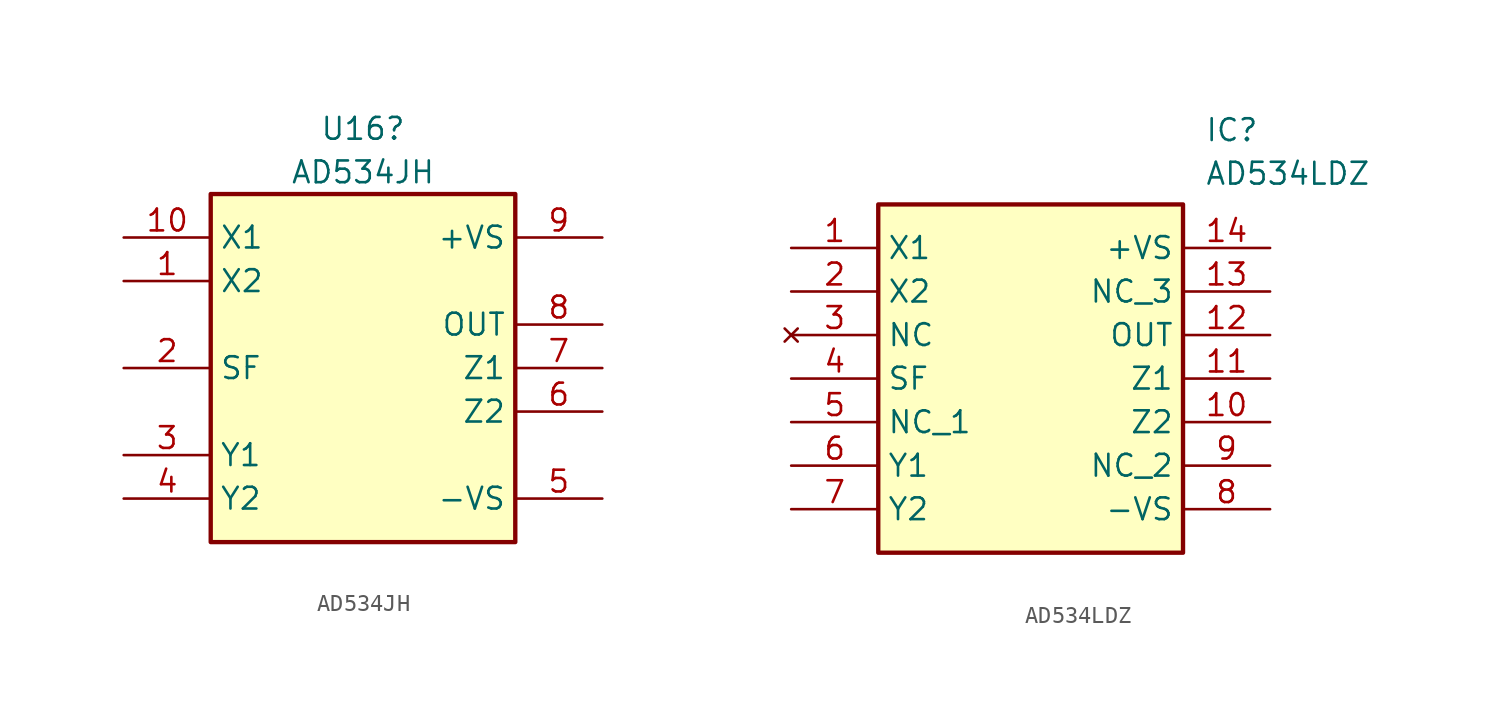
<source format=kicad_sym>
(kicad_symbol_lib
  (version 20220914)
  (generator kicad_symbol_editor)
  (symbol "AD534JH"
    (property "Reference" "U16"
      (at 13.97 6.35 0)
      (effects (font (size 1.27 1.27))))
    (property "Value" "AD534JH"
      (at 13.97 3.81 0)
      (effects (font (size 1.27 1.27))))
    (symbol "AD534JH_1_1"
      (rectangle (start 5.08 2.54) (end 22.86 -17.78) (stroke (width 0.254) (type default)) (fill (type background)))
      (pin passive line (at 0 -2.54 0) (length 5.08) (name "X2" (effects (font (size 1.27 1.27)))) (number "1" (effects (font (size 1.27 1.27)))))
      (pin passive line (at 0 0 0) (length 5.08) (name "X1" (effects (font (size 1.27 1.27)))) (number "10" (effects (font (size 1.27 1.27)))))
      (pin passive line (at 0 -7.62 0) (length 5.08) (name "SF" (effects (font (size 1.27 1.27)))) (number "2" (effects (font (size 1.27 1.27)))))
      (pin passive line (at 0 -12.7 0) (length 5.08) (name "Y1" (effects (font (size 1.27 1.27)))) (number "3" (effects (font (size 1.27 1.27)))))
      (pin passive line (at 0 -15.24 0) (length 5.08) (name "Y2" (effects (font (size 1.27 1.27)))) (number "4" (effects (font (size 1.27 1.27)))))
      (pin power_in line (at 27.94 -15.24 180) (length 5.08) (name "-VS" (effects (font (size 1.27 1.27)))) (number "5" (effects (font (size 1.27 1.27)))))
      (pin passive line (at 27.94 -10.16 180) (length 5.08) (name "Z2" (effects (font (size 1.27 1.27)))) (number "6" (effects (font (size 1.27 1.27)))))
      (pin passive line (at 27.94 -7.62 180) (length 5.08) (name "Z1" (effects (font (size 1.27 1.27)))) (number "7" (effects (font (size 1.27 1.27)))))
      (pin output line (at 27.94 -5.08 180) (length 5.08) (name "OUT" (effects (font (size 1.27 1.27)))) (number "8" (effects (font (size 1.27 1.27)))))
      (pin power_in line (at 27.94 0 180) (length 5.08) (name "+VS" (effects (font (size 1.27 1.27)))) (number "9" (effects (font (size 1.27 1.27)))))))
  (symbol "AD534LDZ"
    (property "Reference" "IC"
      (at 24.13 7.62 0)
      (effects (font (size 1.27 1.27)) (justify left top)))
    (property "Value" "AD534LDZ"
      (at 24.13 5.08 0)
      (effects (font (size 1.27 1.27)) (justify left top)))
    (symbol "AD534LDZ_1_1"
      (rectangle (start 5.08 2.54) (end 22.86 -17.78) (stroke (width 0.254) (type default)) (fill (type background)))
      (pin passive line (at 0 0 0) (length 5.08) (name "X1" (effects (font (size 1.27 1.27)))) (number "1" (effects (font (size 1.27 1.27)))))
      (pin passive line (at 27.94 -10.16 180) (length 5.08) (name "Z2" (effects (font (size 1.27 1.27)))) (number "10" (effects (font (size 1.27 1.27)))))
      (pin passive line (at 27.94 -7.62 180) (length 5.08) (name "Z1" (effects (font (size 1.27 1.27)))) (number "11" (effects (font (size 1.27 1.27)))))
      (pin output line (at 27.94 -5.08 180) (length 5.08) (name "OUT" (effects (font (size 1.27 1.27)))) (number "12" (effects (font (size 1.27 1.27)))))
      (pin passive line (at 27.94 -2.54 180) (length 5.08) (name "NC_3" (effects (font (size 1.27 1.27)))) (number "13" (effects (font (size 1.27 1.27)))))
      (pin power_in line (at 27.94 0 180) (length 5.08) (name "+VS" (effects (font (size 1.27 1.27)))) (number "14" (effects (font (size 1.27 1.27)))))
      (pin passive line (at 0 -2.54 0) (length 5.08) (name "X2" (effects (font (size 1.27 1.27)))) (number "2" (effects (font (size 1.27 1.27)))))
      (pin no_connect line (at 0 -5.08 0) (length 5.08) (name "NC" (effects (font (size 1.27 1.27)))) (number "3" (effects (font (size 1.27 1.27)))))
      (pin passive line (at 0 -7.62 0) (length 5.08) (name "SF" (effects (font (size 1.27 1.27)))) (number "4" (effects (font (size 1.27 1.27)))))
      (pin passive line (at 0 -10.16 0) (length 5.08) (name "NC_1" (effects (font (size 1.27 1.27)))) (number "5" (effects (font (size 1.27 1.27)))))
      (pin passive line (at 0 -12.7 0) (length 5.08) (name "Y1" (effects (font (size 1.27 1.27)))) (number "6" (effects (font (size 1.27 1.27)))))
      (pin passive line (at 0 -15.24 0) (length 5.08) (name "Y2" (effects (font (size 1.27 1.27)))) (number "7" (effects (font (size 1.27 1.27)))))
      (pin power_in line (at 27.94 -15.24 180) (length 5.08) (name "-VS" (effects (font (size 1.27 1.27)))) (number "8" (effects (font (size 1.27 1.27)))))
      (pin passive line (at 27.94 -12.7 180) (length 5.08) (name "NC_2" (effects (font (size 1.27 1.27)))) (number "9" (effects (font (size 1.27 1.27))))))))
</source>
